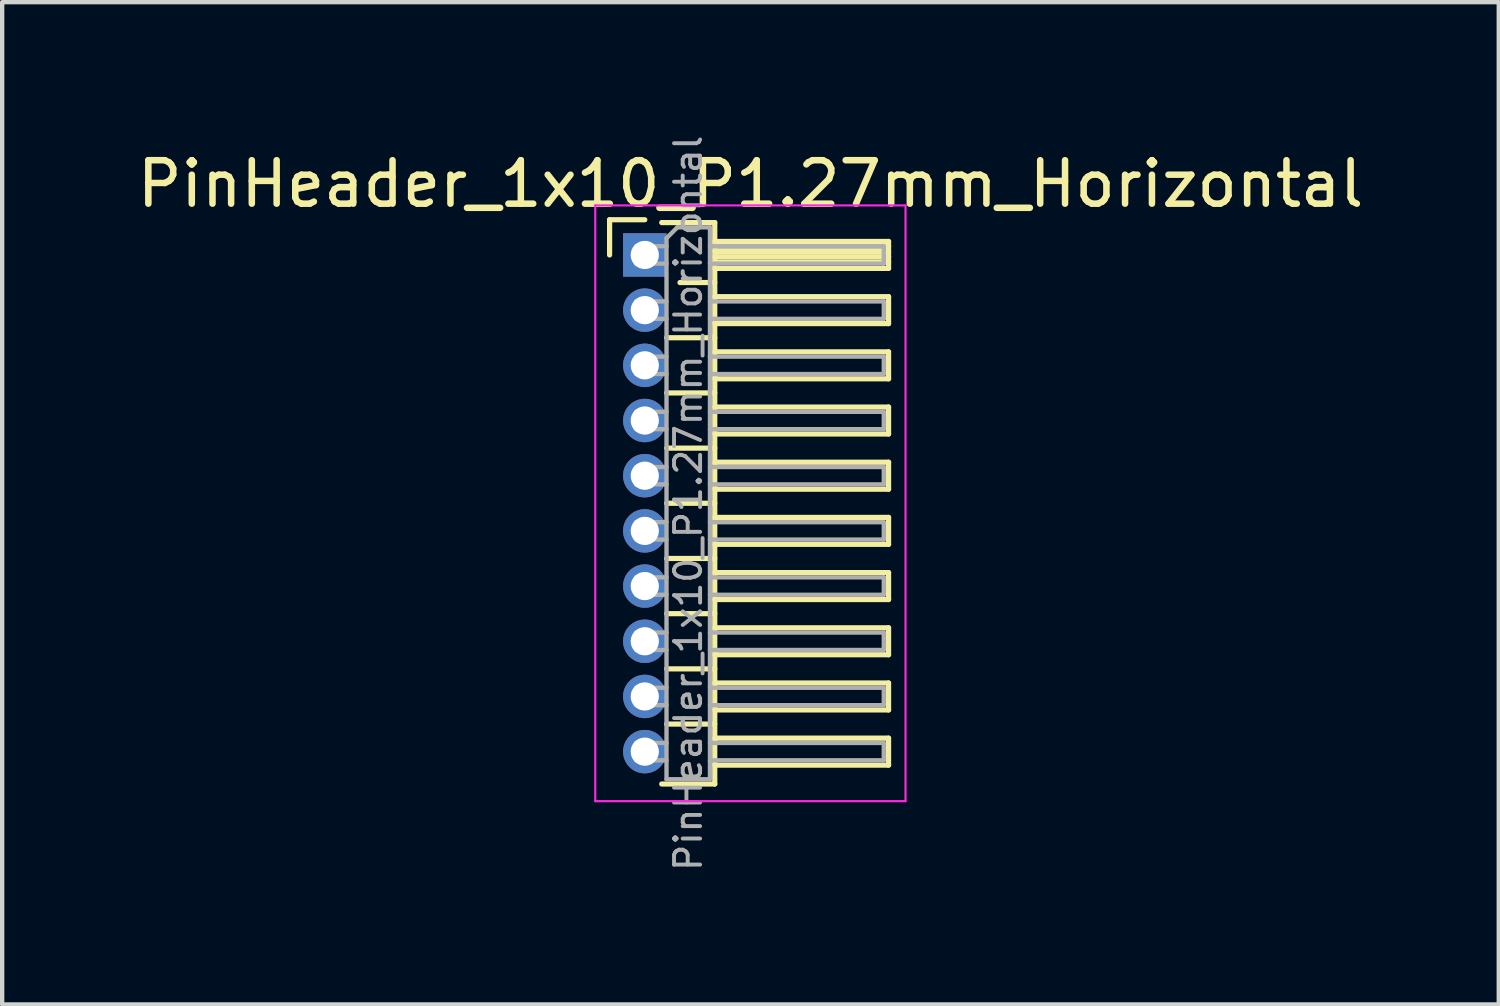
<source format=kicad_pcb>
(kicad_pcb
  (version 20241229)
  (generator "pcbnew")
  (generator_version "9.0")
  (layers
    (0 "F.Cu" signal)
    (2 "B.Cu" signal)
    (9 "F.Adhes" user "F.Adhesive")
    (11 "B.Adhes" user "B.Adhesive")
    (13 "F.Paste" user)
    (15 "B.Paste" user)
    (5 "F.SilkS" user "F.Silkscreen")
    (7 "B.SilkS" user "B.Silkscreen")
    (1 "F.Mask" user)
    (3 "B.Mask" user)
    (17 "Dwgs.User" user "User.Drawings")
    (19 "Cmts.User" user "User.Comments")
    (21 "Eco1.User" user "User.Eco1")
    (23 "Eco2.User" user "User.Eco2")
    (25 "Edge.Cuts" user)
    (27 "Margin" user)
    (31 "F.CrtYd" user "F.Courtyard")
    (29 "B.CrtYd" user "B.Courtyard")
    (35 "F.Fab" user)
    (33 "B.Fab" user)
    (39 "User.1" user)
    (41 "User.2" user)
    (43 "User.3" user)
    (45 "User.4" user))
  (footprint "PinHeader_1x10_P1.27mm_Horizontal"
    (layer "F.Cu")
    (at 11.788 2.817)
    (property "Reference" "PinHeader_1x10_P1.27mm_Horizontal" (at 2.433 -1.635 0) (layer "F.SilkS") (effects (font (size 1 1) (thickness 0.15))))
    (attr through_hole)
    (fp_line (start -0.81 -0.81) (end 0 -0.81) (stroke (width 0.12) (type solid)) (layer "F.SilkS"))
    (fp_line (start -0.81 0) (end -0.81 -0.81) (stroke (width 0.12) (type solid)) (layer "F.SilkS"))
    (fp_line (start 0.39 -0.745) (end 1.61 -0.745) (stroke (width 0.12) (type solid)) (layer "F.SilkS"))
    (fp_line (start 0.503 1.905) (end 1.61 1.905) (stroke (width 0.12) (type solid)) (layer "F.SilkS"))
    (fp_line (start 0.503 3.175) (end 1.61 3.175) (stroke (width 0.12) (type solid)) (layer "F.SilkS"))
    (fp_line (start 0.503 4.445) (end 1.61 4.445) (stroke (width 0.12) (type solid)) (layer "F.SilkS"))
    (fp_line (start 0.503 5.715) (end 1.61 5.715) (stroke (width 0.12) (type solid)) (layer "F.SilkS"))
    (fp_line (start 0.503 6.985) (end 1.61 6.985) (stroke (width 0.12) (type solid)) (layer "F.SilkS"))
    (fp_line (start 0.503 8.255) (end 1.61 8.255) (stroke (width 0.12) (type solid)) (layer "F.SilkS"))
    (fp_line (start 0.503 9.525) (end 1.61 9.525) (stroke (width 0.12) (type solid)) (layer "F.SilkS"))
    (fp_line (start 0.503 10.795) (end 1.61 10.795) (stroke (width 0.12) (type solid)) (layer "F.SilkS"))
    (fp_line (start 0.81 0.635) (end 1.61 0.635) (stroke (width 0.12) (type solid)) (layer "F.SilkS"))
    (fp_line (start 1.61 -0.745) (end 1.61 12.175) (stroke (width 0.12) (type solid)) (layer "F.SilkS"))
    (fp_line (start 1.61 -0.31) (end 5.61 -0.31) (stroke (width 0.12) (type solid)) (layer "F.SilkS"))
    (fp_line (start 1.61 -0.2) (end 5.61 -0.2) (stroke (width 0.12) (type solid)) (layer "F.SilkS"))
    (fp_line (start 1.61 -0.08) (end 5.61 -0.08) (stroke (width 0.12) (type solid)) (layer "F.SilkS"))
    (fp_line (start 1.61 0.04) (end 5.61 0.04) (stroke (width 0.12) (type solid)) (layer "F.SilkS"))
    (fp_line (start 1.61 0.16) (end 5.61 0.16) (stroke (width 0.12) (type solid)) (layer "F.SilkS"))
    (fp_line (start 1.61 0.96) (end 5.61 0.96) (stroke (width 0.12) (type solid)) (layer "F.SilkS"))
    (fp_line (start 1.61 2.23) (end 5.61 2.23) (stroke (width 0.12) (type solid)) (layer "F.SilkS"))
    (fp_line (start 1.61 3.5) (end 5.61 3.5) (stroke (width 0.12) (type solid)) (layer "F.SilkS"))
    (fp_line (start 1.61 4.77) (end 5.61 4.77) (stroke (width 0.12) (type solid)) (layer "F.SilkS"))
    (fp_line (start 1.61 6.04) (end 5.61 6.04) (stroke (width 0.12) (type solid)) (layer "F.SilkS"))
    (fp_line (start 1.61 7.31) (end 5.61 7.31) (stroke (width 0.12) (type solid)) (layer "F.SilkS"))
    (fp_line (start 1.61 8.58) (end 5.61 8.58) (stroke (width 0.12) (type solid)) (layer "F.SilkS"))
    (fp_line (start 1.61 9.85) (end 5.61 9.85) (stroke (width 0.12) (type solid)) (layer "F.SilkS"))
    (fp_line (start 1.61 11.12) (end 5.61 11.12) (stroke (width 0.12) (type solid)) (layer "F.SilkS"))
    (fp_line (start 1.61 12.175) (end 0.39 12.175) (stroke (width 0.12) (type solid)) (layer "F.SilkS"))
    (fp_line (start 5.61 -0.31) (end 5.61 0.31) (stroke (width 0.12) (type solid)) (layer "F.SilkS"))
    (fp_line (start 5.61 0.31) (end 1.61 0.31) (stroke (width 0.12) (type solid)) (layer "F.SilkS"))
    (fp_line (start 5.61 0.96) (end 5.61 1.58) (stroke (width 0.12) (type solid)) (layer "F.SilkS"))
    (fp_line (start 5.61 1.58) (end 1.61 1.58) (stroke (width 0.12) (type solid)) (layer "F.SilkS"))
    (fp_line (start 5.61 2.23) (end 5.61 2.85) (stroke (width 0.12) (type solid)) (layer "F.SilkS"))
    (fp_line (start 5.61 2.85) (end 1.61 2.85) (stroke (width 0.12) (type solid)) (layer "F.SilkS"))
    (fp_line (start 5.61 3.5) (end 5.61 4.12) (stroke (width 0.12) (type solid)) (layer "F.SilkS"))
    (fp_line (start 5.61 4.12) (end 1.61 4.12) (stroke (width 0.12) (type solid)) (layer "F.SilkS"))
    (fp_line (start 5.61 4.77) (end 5.61 5.39) (stroke (width 0.12) (type solid)) (layer "F.SilkS"))
    (fp_line (start 5.61 5.39) (end 1.61 5.39) (stroke (width 0.12) (type solid)) (layer "F.SilkS"))
    (fp_line (start 5.61 6.04) (end 5.61 6.66) (stroke (width 0.12) (type solid)) (layer "F.SilkS"))
    (fp_line (start 5.61 6.66) (end 1.61 6.66) (stroke (width 0.12) (type solid)) (layer "F.SilkS"))
    (fp_line (start 5.61 7.31) (end 5.61 7.93) (stroke (width 0.12) (type solid)) (layer "F.SilkS"))
    (fp_line (start 5.61 7.93) (end 1.61 7.93) (stroke (width 0.12) (type solid)) (layer "F.SilkS"))
    (fp_line (start 5.61 8.58) (end 5.61 9.2) (stroke (width 0.12) (type solid)) (layer "F.SilkS"))
    (fp_line (start 5.61 9.2) (end 1.61 9.2) (stroke (width 0.12) (type solid)) (layer "F.SilkS"))
    (fp_line (start 5.61 9.85) (end 5.61 10.47) (stroke (width 0.12) (type solid)) (layer "F.SilkS"))
    (fp_line (start 5.61 10.47) (end 1.61 10.47) (stroke (width 0.12) (type solid)) (layer "F.SilkS"))
    (fp_line (start 5.61 11.12) (end 5.61 11.74) (stroke (width 0.12) (type solid)) (layer "F.SilkS"))
    (fp_line (start 5.61 11.74) (end 1.61 11.74) (stroke (width 0.12) (type solid)) (layer "F.SilkS"))
    (fp_line (start -1.14 -1.14) (end -1.14 12.57) (stroke (width 0.05) (type solid)) (layer "F.CrtYd"))
    (fp_line (start -1.14 12.57) (end 6 12.57) (stroke (width 0.05) (type solid)) (layer "F.CrtYd"))
    (fp_line (start 6 -1.14) (end -1.14 -1.14) (stroke (width 0.05) (type solid)) (layer "F.CrtYd"))
    (fp_line (start 6 12.57) (end 6 -1.14) (stroke (width 0.05) (type solid)) (layer "F.CrtYd"))
    (fp_line (start -0.2 -0.2) (end -0.2 0.2) (stroke (width 0.1) (type solid)) (layer "F.Fab"))
    (fp_line (start -0.2 -0.2) (end 0.5 -0.2) (stroke (width 0.1) (type solid)) (layer "F.Fab"))
    (fp_line (start -0.2 0.2) (end 0.5 0.2) (stroke (width 0.1) (type solid)) (layer "F.Fab"))
    (fp_line (start -0.2 1.07) (end -0.2 1.47) (stroke (width 0.1) (type solid)) (layer "F.Fab"))
    (fp_line (start -0.2 1.07) (end 0.5 1.07) (stroke (width 0.1) (type solid)) (layer "F.Fab"))
    (fp_line (start -0.2 1.47) (end 0.5 1.47) (stroke (width 0.1) (type solid)) (layer "F.Fab"))
    (fp_line (start -0.2 2.34) (end -0.2 2.74) (stroke (width 0.1) (type solid)) (layer "F.Fab"))
    (fp_line (start -0.2 2.34) (end 0.5 2.34) (stroke (width 0.1) (type solid)) (layer "F.Fab"))
    (fp_line (start -0.2 2.74) (end 0.5 2.74) (stroke (width 0.1) (type solid)) (layer "F.Fab"))
    (fp_line (start -0.2 3.61) (end -0.2 4.01) (stroke (width 0.1) (type solid)) (layer "F.Fab"))
    (fp_line (start -0.2 3.61) (end 0.5 3.61) (stroke (width 0.1) (type solid)) (layer "F.Fab"))
    (fp_line (start -0.2 4.01) (end 0.5 4.01) (stroke (width 0.1) (type solid)) (layer "F.Fab"))
    (fp_line (start -0.2 4.88) (end -0.2 5.28) (stroke (width 0.1) (type solid)) (layer "F.Fab"))
    (fp_line (start -0.2 4.88) (end 0.5 4.88) (stroke (width 0.1) (type solid)) (layer "F.Fab"))
    (fp_line (start -0.2 5.28) (end 0.5 5.28) (stroke (width 0.1) (type solid)) (layer "F.Fab"))
    (fp_line (start -0.2 6.15) (end -0.2 6.55) (stroke (width 0.1) (type solid)) (layer "F.Fab"))
    (fp_line (start -0.2 6.15) (end 0.5 6.15) (stroke (width 0.1) (type solid)) (layer "F.Fab"))
    (fp_line (start -0.2 6.55) (end 0.5 6.55) (stroke (width 0.1) (type solid)) (layer "F.Fab"))
    (fp_line (start -0.2 7.42) (end -0.2 7.82) (stroke (width 0.1) (type solid)) (layer "F.Fab"))
    (fp_line (start -0.2 7.42) (end 0.5 7.42) (stroke (width 0.1) (type solid)) (layer "F.Fab"))
    (fp_line (start -0.2 7.82) (end 0.5 7.82) (stroke (width 0.1) (type solid)) (layer "F.Fab"))
    (fp_line (start -0.2 8.69) (end -0.2 9.09) (stroke (width 0.1) (type solid)) (layer "F.Fab"))
    (fp_line (start -0.2 8.69) (end 0.5 8.69) (stroke (width 0.1) (type solid)) (layer "F.Fab"))
    (fp_line (start -0.2 9.09) (end 0.5 9.09) (stroke (width 0.1) (type solid)) (layer "F.Fab"))
    (fp_line (start -0.2 9.96) (end -0.2 10.36) (stroke (width 0.1) (type solid)) (layer "F.Fab"))
    (fp_line (start -0.2 9.96) (end 0.5 9.96) (stroke (width 0.1) (type solid)) (layer "F.Fab"))
    (fp_line (start -0.2 10.36) (end 0.5 10.36) (stroke (width 0.1) (type solid)) (layer "F.Fab"))
    (fp_line (start -0.2 11.23) (end -0.2 11.63) (stroke (width 0.1) (type solid)) (layer "F.Fab"))
    (fp_line (start -0.2 11.23) (end 0.5 11.23) (stroke (width 0.1) (type solid)) (layer "F.Fab"))
    (fp_line (start -0.2 11.63) (end 0.5 11.63) (stroke (width 0.1) (type solid)) (layer "F.Fab"))
    (fp_line (start 0.5 -0.385) (end 0.75 -0.635) (stroke (width 0.1) (type solid)) (layer "F.Fab"))
    (fp_line (start 0.5 12.065) (end 0.5 -0.385) (stroke (width 0.1) (type solid)) (layer "F.Fab"))
    (fp_line (start 0.75 -0.635) (end 1.5 -0.635) (stroke (width 0.1) (type solid)) (layer "F.Fab"))
    (fp_line (start 1.5 -0.635) (end 1.5 12.065) (stroke (width 0.1) (type solid)) (layer "F.Fab"))
    (fp_line (start 1.5 -0.2) (end 5.5 -0.2) (stroke (width 0.1) (type solid)) (layer "F.Fab"))
    (fp_line (start 1.5 0.2) (end 5.5 0.2) (stroke (width 0.1) (type solid)) (layer "F.Fab"))
    (fp_line (start 1.5 1.07) (end 5.5 1.07) (stroke (width 0.1) (type solid)) (layer "F.Fab"))
    (fp_line (start 1.5 1.47) (end 5.5 1.47) (stroke (width 0.1) (type solid)) (layer "F.Fab"))
    (fp_line (start 1.5 2.34) (end 5.5 2.34) (stroke (width 0.1) (type solid)) (layer "F.Fab"))
    (fp_line (start 1.5 2.74) (end 5.5 2.74) (stroke (width 0.1) (type solid)) (layer "F.Fab"))
    (fp_line (start 1.5 3.61) (end 5.5 3.61) (stroke (width 0.1) (type solid)) (layer "F.Fab"))
    (fp_line (start 1.5 4.01) (end 5.5 4.01) (stroke (width 0.1) (type solid)) (layer "F.Fab"))
    (fp_line (start 1.5 4.88) (end 5.5 4.88) (stroke (width 0.1) (type solid)) (layer "F.Fab"))
    (fp_line (start 1.5 5.28) (end 5.5 5.28) (stroke (width 0.1) (type solid)) (layer "F.Fab"))
    (fp_line (start 1.5 6.15) (end 5.5 6.15) (stroke (width 0.1) (type solid)) (layer "F.Fab"))
    (fp_line (start 1.5 6.55) (end 5.5 6.55) (stroke (width 0.1) (type solid)) (layer "F.Fab"))
    (fp_line (start 1.5 7.42) (end 5.5 7.42) (stroke (width 0.1) (type solid)) (layer "F.Fab"))
    (fp_line (start 1.5 7.82) (end 5.5 7.82) (stroke (width 0.1) (type solid)) (layer "F.Fab"))
    (fp_line (start 1.5 8.69) (end 5.5 8.69) (stroke (width 0.1) (type solid)) (layer "F.Fab"))
    (fp_line (start 1.5 9.09) (end 5.5 9.09) (stroke (width 0.1) (type solid)) (layer "F.Fab"))
    (fp_line (start 1.5 9.96) (end 5.5 9.96) (stroke (width 0.1) (type solid)) (layer "F.Fab"))
    (fp_line (start 1.5 10.36) (end 5.5 10.36) (stroke (width 0.1) (type solid)) (layer "F.Fab"))
    (fp_line (start 1.5 11.23) (end 5.5 11.23) (stroke (width 0.1) (type solid)) (layer "F.Fab"))
    (fp_line (start 1.5 11.63) (end 5.5 11.63) (stroke (width 0.1) (type solid)) (layer "F.Fab"))
    (fp_line (start 1.5 12.065) (end 0.5 12.065) (stroke (width 0.1) (type solid)) (layer "F.Fab"))
    (fp_line (start 5.5 -0.2) (end 5.5 0.2) (stroke (width 0.1) (type solid)) (layer "F.Fab"))
    (fp_line (start 5.5 1.07) (end 5.5 1.47) (stroke (width 0.1) (type solid)) (layer "F.Fab"))
    (fp_line (start 5.5 2.34) (end 5.5 2.74) (stroke (width 0.1) (type solid)) (layer "F.Fab"))
    (fp_line (start 5.5 3.61) (end 5.5 4.01) (stroke (width 0.1) (type solid)) (layer "F.Fab"))
    (fp_line (start 5.5 4.88) (end 5.5 5.28) (stroke (width 0.1) (type solid)) (layer "F.Fab"))
    (fp_line (start 5.5 6.15) (end 5.5 6.55) (stroke (width 0.1) (type solid)) (layer "F.Fab"))
    (fp_line (start 5.5 7.42) (end 5.5 7.82) (stroke (width 0.1) (type solid)) (layer "F.Fab"))
    (fp_line (start 5.5 8.69) (end 5.5 9.09) (stroke (width 0.1) (type solid)) (layer "F.Fab"))
    (fp_line (start 5.5 9.96) (end 5.5 10.36) (stroke (width 0.1) (type solid)) (layer "F.Fab"))
    (fp_line (start 5.5 11.23) (end 5.5 11.63) (stroke (width 0.1) (type solid)) (layer "F.Fab"))
    (fp_text user "${REFERENCE}" (at 1 5.715 90) (layer "F.Fab") (effects (font (size 0.6 0.6) (thickness 0.09))))
    (pad "1" thru_hole rect (at 0 0) (size 1 1) (drill 0.65) (layers "*.Cu" "*.Mask"))
    (pad "2" thru_hole circle (at 0 1.27) (size 1 1) (drill 0.65) (layers "*.Cu" "*.Mask"))
    (pad "3" thru_hole circle (at 0 2.54) (size 1 1) (drill 0.65) (layers "*.Cu" "*.Mask"))
    (pad "4" thru_hole circle (at 0 3.81) (size 1 1) (drill 0.65) (layers "*.Cu" "*.Mask"))
    (pad "5" thru_hole circle (at 0 5.08) (size 1 1) (drill 0.65) (layers "*.Cu" "*.Mask"))
    (pad "6" thru_hole circle (at 0 6.35) (size 1 1) (drill 0.65) (layers "*.Cu" "*.Mask"))
    (pad "7" thru_hole circle (at 0 7.62) (size 1 1) (drill 0.65) (layers "*.Cu" "*.Mask"))
    (pad "8" thru_hole circle (at 0 8.89) (size 1 1) (drill 0.65) (layers "*.Cu" "*.Mask"))
    (pad "9" thru_hole circle (at 0 10.16) (size 1 1) (drill 0.65) (layers "*.Cu" "*.Mask"))
    (pad "10" thru_hole circle (at 0 11.43) (size 1 1) (drill 0.65) (layers "*.Cu" "*.Mask")))
  (gr_rect
    (start -3 -3)
    (end 31.44 20.064)
    (stroke (width 0.1) (type default))
    (fill no)
    (layer "Edge.Cuts")))
</source>
